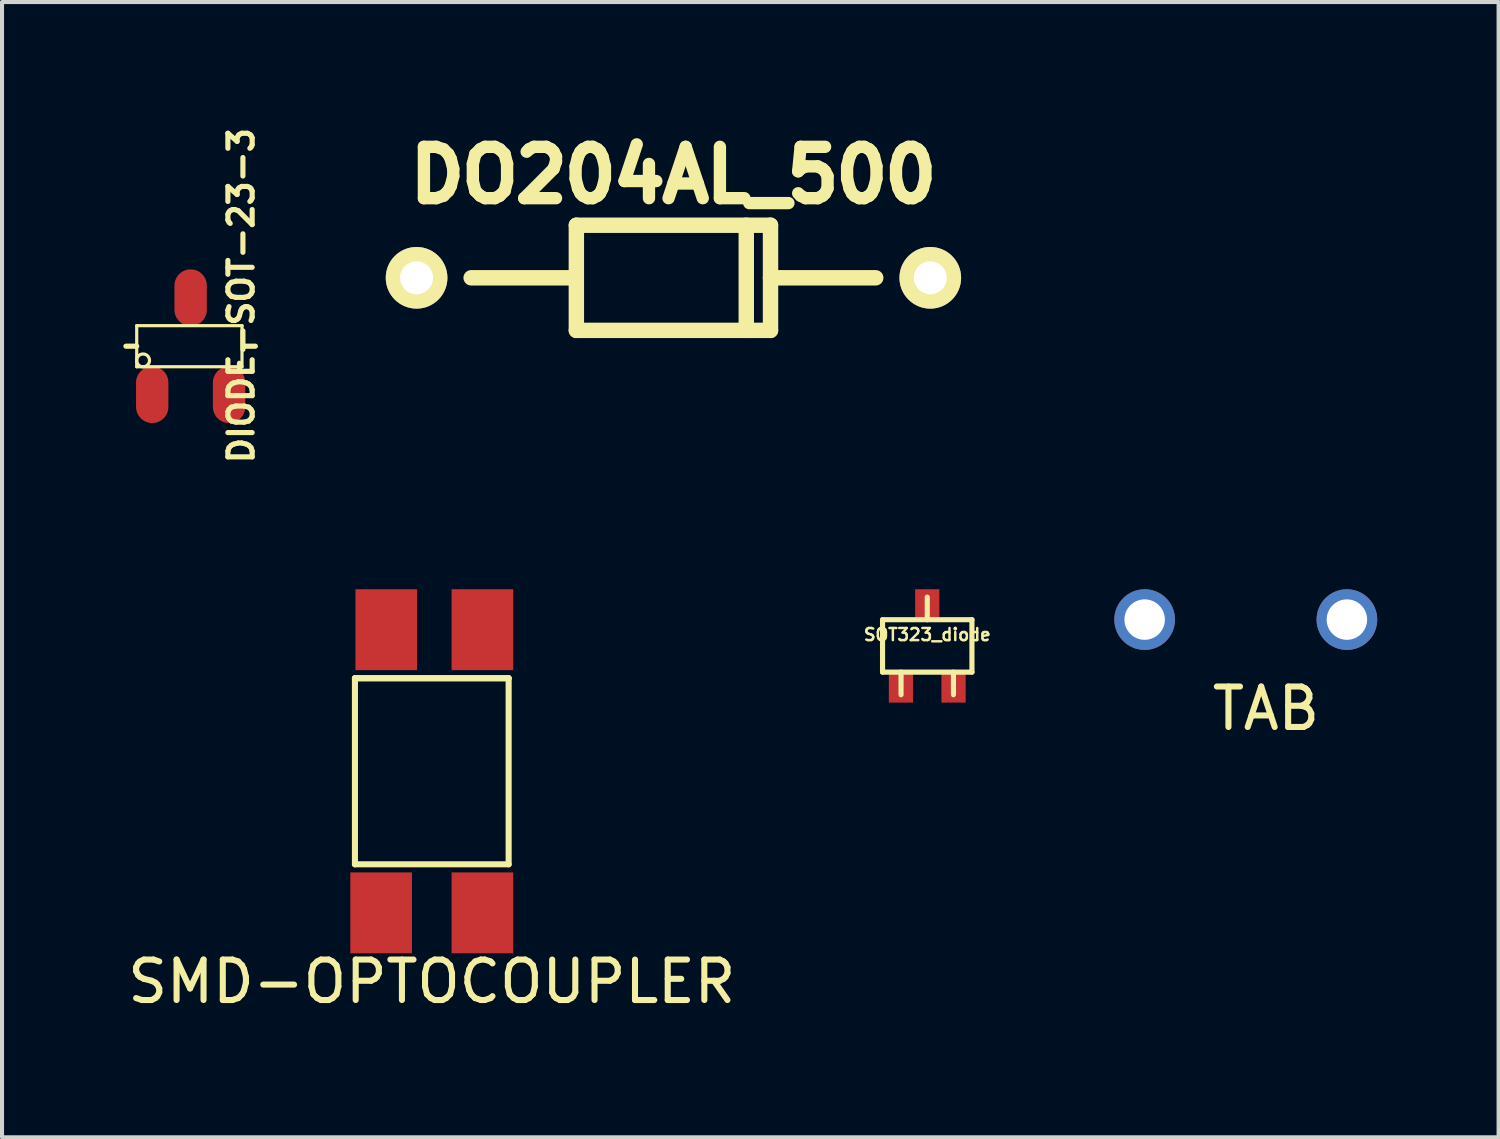
<source format=kicad_pcb>
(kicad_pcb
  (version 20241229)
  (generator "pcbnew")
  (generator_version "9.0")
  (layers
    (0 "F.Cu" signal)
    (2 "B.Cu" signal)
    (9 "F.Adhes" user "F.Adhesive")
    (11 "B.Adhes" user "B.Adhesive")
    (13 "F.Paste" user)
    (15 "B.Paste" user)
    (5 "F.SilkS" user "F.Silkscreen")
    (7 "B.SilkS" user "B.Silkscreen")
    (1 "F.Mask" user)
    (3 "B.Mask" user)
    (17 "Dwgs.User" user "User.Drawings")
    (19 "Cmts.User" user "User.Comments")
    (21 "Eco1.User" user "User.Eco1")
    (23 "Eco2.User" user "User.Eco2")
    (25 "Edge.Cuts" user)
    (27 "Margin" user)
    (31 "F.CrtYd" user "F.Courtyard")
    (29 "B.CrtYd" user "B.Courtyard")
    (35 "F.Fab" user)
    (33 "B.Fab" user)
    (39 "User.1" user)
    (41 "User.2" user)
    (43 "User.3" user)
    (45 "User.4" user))
  (footprint "SOT323_diode"
    (layer "F.Cu")
    (at 19.874 12.919)
    (property "Reference" "SOT323_diode" (at 0 -0.279 0) (layer "F.SilkS") (effects (font (size 0.3 0.3) (thickness 0.061))))
    (attr through_hole)
    (fp_line (start -1.105 -0.648) (end 1.105 -0.648) (stroke (width 0.127) (type solid)) (layer "F.SilkS"))
    (fp_line (start -1.105 0.648) (end -1.105 -0.648) (stroke (width 0.127) (type solid)) (layer "F.SilkS"))
    (fp_line (start -0.648 0.648) (end -0.648 1.206) (stroke (width 0.127) (type solid)) (layer "F.SilkS"))
    (fp_line (start 0 -0.648) (end 0 -1.206) (stroke (width 0.127) (type solid)) (layer "F.SilkS"))
    (fp_line (start 0.648 0.648) (end 0.648 1.206) (stroke (width 0.127) (type solid)) (layer "F.SilkS"))
    (fp_line (start 1.105 -0.648) (end 1.105 0.648) (stroke (width 0.127) (type solid)) (layer "F.SilkS"))
    (fp_line (start 1.105 0.648) (end -1.105 0.648) (stroke (width 0.127) (type solid)) (layer "F.SilkS"))
    (pad "" smd rect (at 0.65 1.001) (size 0.599 0.8) (layers "F.Cu" "F.Mask" "F.Paste"))
    (pad "1" smd rect (at 0 -1.001) (size 0.599 0.8) (layers "F.Cu" "F.Mask" "F.Paste"))
    (pad "2" smd rect (at -0.65 1.001) (size 0.599 0.8) (layers "F.Cu" "F.Mask" "F.Paste")))
  (footprint "TAB"
    (layer "F.Cu")
    (at 27.749 12.268)
    (property "Reference" "TAB" (at 0.5 2.2 0) (layer "F.SilkS") (effects (font (size 1 1) (thickness 0.15))))
    (attr through_hole)
    (pad "1" thru_hole circle (at -2.5 0) (size 1.5 1.5) (drill 1) (layers "*.Cu" "*.Mask"))
    (pad "1" thru_hole circle (at 2.5 0) (size 1.5 1.5) (drill 1) (layers "*.Cu" "*.Mask")))
  (footprint "SMD-OPTOCOUPLER"
    (layer "F.Cu")
    (at 7.625 16.018)
    (property "Reference" "SMD-OPTOCOUPLER" (at 0 5.2 0) (layer "F.SilkS") (effects (font (size 1 1) (thickness 0.15))))
    (attr through_hole)
    (fp_line (start -1.9 -2.3) (end -1.9 2.3) (stroke (width 0.15) (type solid)) (layer "F.SilkS"))
    (fp_line (start -1.9 -2.3) (end 1.9 -2.3) (stroke (width 0.15) (type solid)) (layer "F.SilkS"))
    (fp_line (start -1.9 2.3) (end 1.9 2.3) (stroke (width 0.15) (type solid)) (layer "F.SilkS"))
    (fp_line (start 1.9 -2.3) (end -1.9 -2.3) (stroke (width 0.15) (type solid)) (layer "F.SilkS"))
    (fp_line (start 1.9 -2.3) (end 1.9 2.3) (stroke (width 0.15) (type solid)) (layer "F.SilkS"))
    (pad "1" smd rect (at -1.252 3.5) (size 1.524 2) (layers "F.Cu" "F.Mask" "F.Paste"))
    (pad "3" smd rect (at 1.252 3.5) (size 1.524 2) (layers "F.Cu" "F.Mask" "F.Paste"))
    (pad "4" smd rect (at 1.252 -3.5) (size 1.524 2) (layers "F.Cu" "F.Mask" "F.Paste"))
    (pad "6" smd rect (at -1.125 -3.5) (size 1.524 2) (layers "F.Cu" "F.Mask" "F.Paste")))
  (footprint "DIODE-SOT-23-3"
    (layer "F.Cu")
    (at 1.663 5.509)
    (property "Reference" "DIODE-SOT-23-3" (at 1.25 -1.25 90) (layer "F.SilkS") (effects (font (size 0.6 0.6) (thickness 0.127))))
    (attr smd)
    (fp_line (start -1.333 -0.508) (end -1.333 0.508) (stroke (width 0.079) (type solid)) (layer "F.SilkS"))
    (fp_line (start -1.333 -0.508) (end 1.27 -0.508) (stroke (width 0.079) (type solid)) (layer "F.SilkS"))
    (fp_line (start -1.333 0) (end -1.6 0) (stroke (width 0.127) (type solid)) (layer "F.SilkS"))
    (fp_line (start 1.27 -0.508) (end 1.27 0.508) (stroke (width 0.079) (type solid)) (layer "F.SilkS"))
    (fp_line (start 1.27 0.508) (end -1.333 0.508) (stroke (width 0.079) (type solid)) (layer "F.SilkS"))
    (fp_line (start 1.333 0) (end 1.6 0) (stroke (width 0.127) (type solid)) (layer "F.SilkS"))
    (fp_circle (center -1.176 0.351) (end -1.3 0.45) (stroke (width 0.079) (type solid)) (fill no) (layer "F.SilkS"))
    (pad "" smd oval (at 0.95 1.2) (size 0.8 1.4) (layers "F.Cu" "F.Mask" "F.Paste"))
    (pad "1" smd oval (at 0 -1.2) (size 0.8 1.4) (layers "F.Cu" "F.Mask" "F.Paste"))
    (pad "2" smd oval (at -0.95 1.2) (size 0.8 1.4) (layers "F.Cu" "F.Mask" "F.Paste")))
  (footprint "DO204AL_500"
    (layer "F.Cu")
    (at 13.599 3.818)
    (property "Reference" "DO204AL_500" (at 0 -2.54 0) (layer "F.SilkS") (effects (font (size 1.27 1.27) (thickness 0.305))))
    (attr through_hole)
    (fp_line (start -2.4 -1.3) (end -2.4 1.3) (stroke (width 0.381) (type solid)) (layer "F.SilkS"))
    (fp_line (start -2.4 0) (end -5.001 0) (stroke (width 0.381) (type solid)) (layer "F.SilkS"))
    (fp_line (start -2.4 1.3) (end 2.4 1.3) (stroke (width 0.381) (type solid)) (layer "F.SilkS"))
    (fp_line (start 1.801 -1.3) (end 1.801 1.3) (stroke (width 0.381) (type solid)) (layer "F.SilkS"))
    (fp_line (start 2.4 -1.3) (end -2.4 -1.3) (stroke (width 0.381) (type solid)) (layer "F.SilkS"))
    (fp_line (start 2.4 0) (end 5.001 0) (stroke (width 0.381) (type solid)) (layer "F.SilkS"))
    (fp_line (start 2.4 1.3) (end 2.4 -1.3) (stroke (width 0.381) (type solid)) (layer "F.SilkS"))
    (pad "1" thru_hole circle (at 6.35 0) (size 1.524 1.524) (drill 0.813) (layers "*.Cu" "*.Mask" "F.SilkS"))
    (pad "2" thru_hole circle (at -6.35 0) (size 1.524 1.524) (drill 0.813) (layers "*.Cu" "*.Mask" "F.SilkS")))
  (gr_rect
    (start -3 -3)
    (end 33.999 25.066)
    (stroke (width 0.1) (type default))
    (fill no)
    (layer "Edge.Cuts")))
</source>
